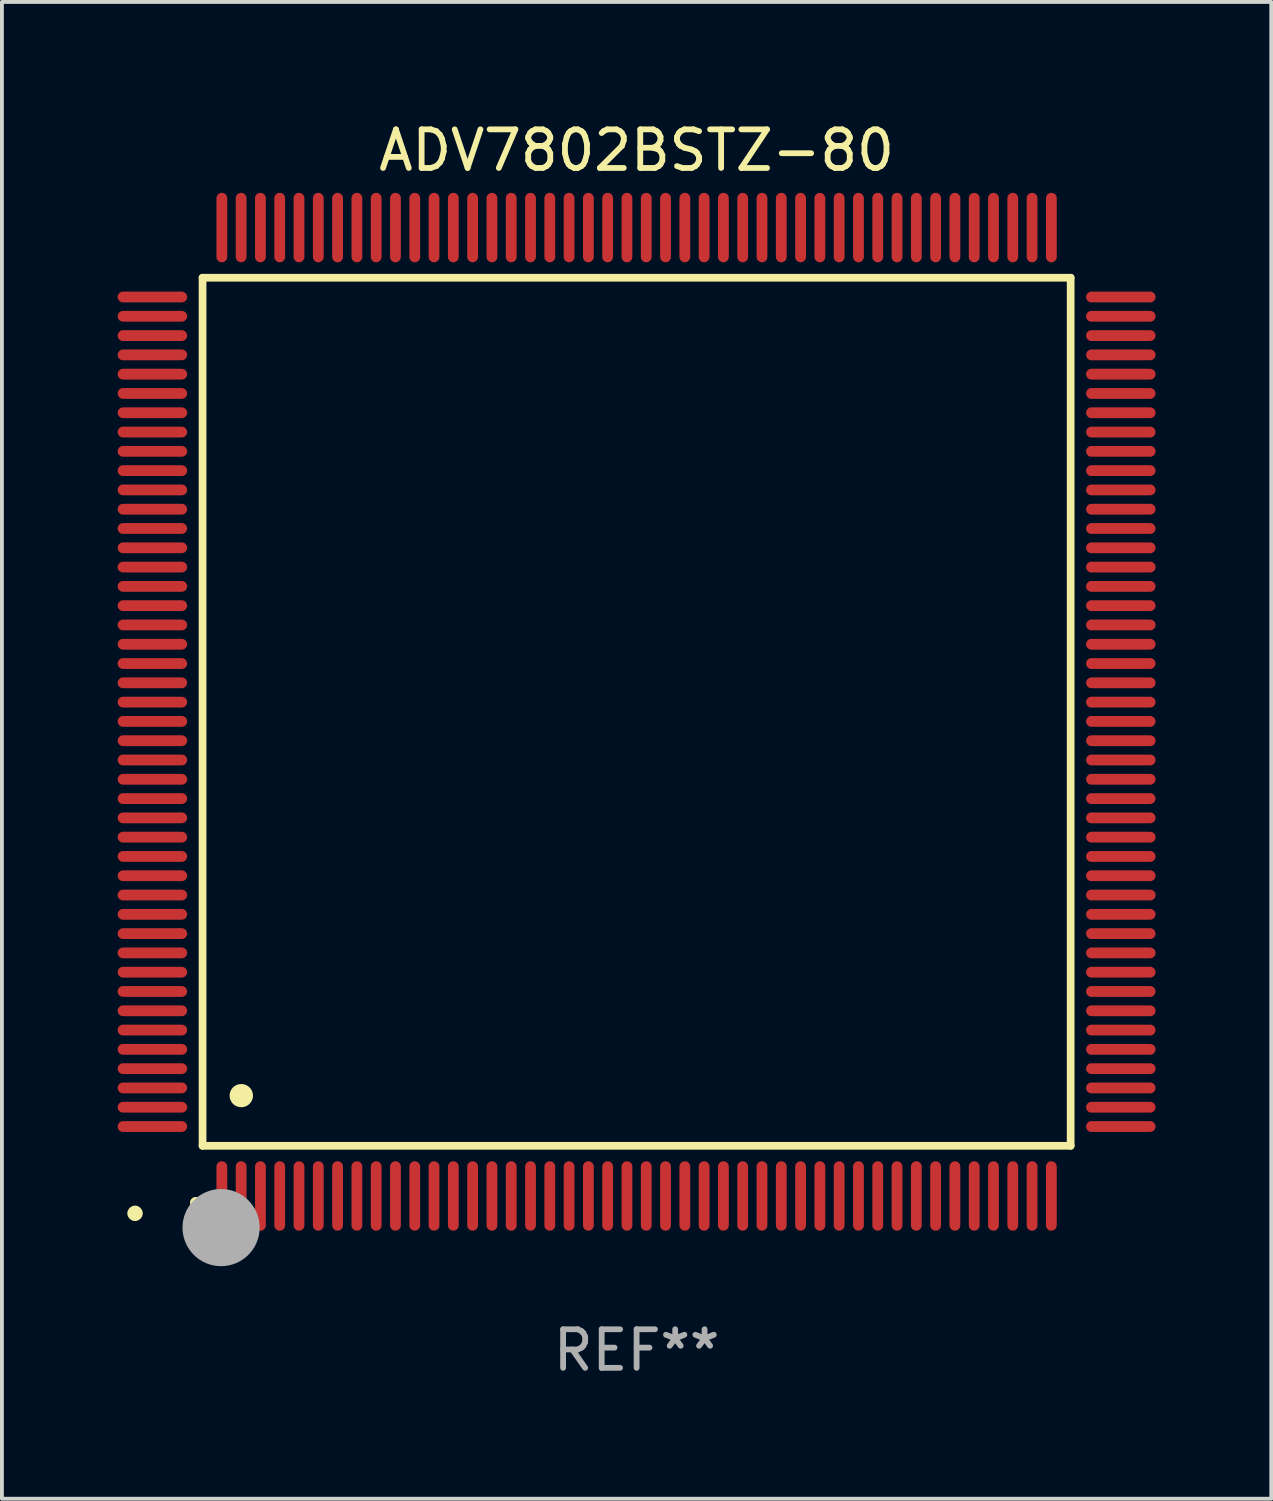
<source format=kicad_pcb>
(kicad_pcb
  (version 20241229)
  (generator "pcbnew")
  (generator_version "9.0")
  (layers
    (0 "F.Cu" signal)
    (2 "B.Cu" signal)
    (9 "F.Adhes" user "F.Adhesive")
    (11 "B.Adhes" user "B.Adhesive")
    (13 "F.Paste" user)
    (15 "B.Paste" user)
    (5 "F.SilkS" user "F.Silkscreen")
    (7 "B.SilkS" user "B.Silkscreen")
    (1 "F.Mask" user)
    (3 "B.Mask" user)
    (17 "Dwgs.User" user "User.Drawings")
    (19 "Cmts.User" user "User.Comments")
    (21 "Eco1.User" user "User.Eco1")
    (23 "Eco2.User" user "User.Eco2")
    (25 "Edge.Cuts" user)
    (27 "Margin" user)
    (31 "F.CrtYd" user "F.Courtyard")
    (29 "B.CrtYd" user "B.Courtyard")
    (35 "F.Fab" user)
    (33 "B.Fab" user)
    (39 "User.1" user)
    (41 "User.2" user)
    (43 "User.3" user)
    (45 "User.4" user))
  (footprint "ADV7802BSTZ-80"
    (layer "F.Cu")
    (at 13.45 15.398)
    (property "Reference" "ADV7802BSTZ-80" (at 0 -14.55 0) (layer "F.SilkS") (effects (font (size 1 1) (thickness 0.15))))
    (attr through_hole)
    (fp_line (start -11.25 -11.25) (end 11.25 -11.25) (stroke (width 0.2) (type solid)) (layer "F.SilkS"))
    (fp_line (start -11.25 11.25) (end -11.25 -11.25) (stroke (width 0.2) (type solid)) (layer "F.SilkS"))
    (fp_line (start 11.25 -11.25) (end 11.25 11.25) (stroke (width 0.2) (type solid)) (layer "F.SilkS"))
    (fp_line (start 11.25 11.25) (end -11.25 11.25) (stroke (width 0.2) (type solid)) (layer "F.SilkS"))
    (fp_arc (start -11.424943 12.725425) (mid -11.423673 12.72542) (end -11.422403 12.725425) (stroke (width 0.3) (type solid)) (layer "F.SilkS"))
    (fp_arc (start -10.24892 9.9492) (mid -10.24638 9.949189) (end -10.24384 9.9492) (stroke (width 0.6) (type solid)) (layer "F.SilkS"))
    (fp_circle (center -13 13) (end -12.9 13) (stroke (width 0.2) (type solid)) (fill no) (layer "F.SilkS"))
    (fp_circle (center -10.77 13.37) (end -10.27 13.37) (stroke (width 1) (type solid)) (fill no) (layer "F.Fab"))
    (fp_text user "REF**" (at 0 16.55 0) (layer "F.Fab") (effects (font (size 1 1) (thickness 0.15))))
    (pad "1" smd oval (at -10.75 12.55) (size 0.28 1.8) (layers "F.Cu" "F.Mask" "F.Paste"))
    (pad "2" smd oval (at -10.25 12.55) (size 0.28 1.8) (layers "F.Cu" "F.Mask" "F.Paste"))
    (pad "3" smd oval (at -9.75 12.55) (size 0.28 1.8) (layers "F.Cu" "F.Mask" "F.Paste"))
    (pad "4" smd oval (at -9.25 12.55) (size 0.28 1.8) (layers "F.Cu" "F.Mask" "F.Paste"))
    (pad "5" smd oval (at -8.75 12.55) (size 0.28 1.8) (layers "F.Cu" "F.Mask" "F.Paste"))
    (pad "6" smd oval (at -8.25 12.55) (size 0.28 1.8) (layers "F.Cu" "F.Mask" "F.Paste"))
    (pad "7" smd oval (at -7.75 12.55) (size 0.28 1.8) (layers "F.Cu" "F.Mask" "F.Paste"))
    (pad "8" smd oval (at -7.25 12.55) (size 0.28 1.8) (layers "F.Cu" "F.Mask" "F.Paste"))
    (pad "9" smd oval (at -6.75 12.55) (size 0.28 1.8) (layers "F.Cu" "F.Mask" "F.Paste"))
    (pad "10" smd oval (at -6.25 12.55) (size 0.28 1.8) (layers "F.Cu" "F.Mask" "F.Paste"))
    (pad "11" smd oval (at -5.75 12.55) (size 0.28 1.8) (layers "F.Cu" "F.Mask" "F.Paste"))
    (pad "12" smd oval (at -5.25 12.55) (size 0.28 1.8) (layers "F.Cu" "F.Mask" "F.Paste"))
    (pad "13" smd oval (at -4.75 12.55) (size 0.28 1.8) (layers "F.Cu" "F.Mask" "F.Paste"))
    (pad "14" smd oval (at -4.25 12.55) (size 0.28 1.8) (layers "F.Cu" "F.Mask" "F.Paste"))
    (pad "15" smd oval (at -3.75 12.55) (size 0.28 1.8) (layers "F.Cu" "F.Mask" "F.Paste"))
    (pad "16" smd oval (at -3.25 12.55) (size 0.28 1.8) (layers "F.Cu" "F.Mask" "F.Paste"))
    (pad "17" smd oval (at -2.75 12.55) (size 0.28 1.8) (layers "F.Cu" "F.Mask" "F.Paste"))
    (pad "18" smd oval (at -2.25 12.55) (size 0.28 1.8) (layers "F.Cu" "F.Mask" "F.Paste"))
    (pad "19" smd oval (at -1.75 12.55) (size 0.28 1.8) (layers "F.Cu" "F.Mask" "F.Paste"))
    (pad "20" smd oval (at -1.25 12.55) (size 0.28 1.8) (layers "F.Cu" "F.Mask" "F.Paste"))
    (pad "21" smd oval (at -0.75 12.55) (size 0.28 1.8) (layers "F.Cu" "F.Mask" "F.Paste"))
    (pad "22" smd oval (at -0.25 12.55) (size 0.28 1.8) (layers "F.Cu" "F.Mask" "F.Paste"))
    (pad "23" smd oval (at 0.25 12.55) (size 0.28 1.8) (layers "F.Cu" "F.Mask" "F.Paste"))
    (pad "24" smd oval (at 0.75 12.55) (size 0.28 1.8) (layers "F.Cu" "F.Mask" "F.Paste"))
    (pad "25" smd oval (at 1.25 12.55) (size 0.28 1.8) (layers "F.Cu" "F.Mask" "F.Paste"))
    (pad "26" smd oval (at 1.75 12.55) (size 0.28 1.8) (layers "F.Cu" "F.Mask" "F.Paste"))
    (pad "27" smd oval (at 2.25 12.55) (size 0.28 1.8) (layers "F.Cu" "F.Mask" "F.Paste"))
    (pad "28" smd oval (at 2.75 12.55) (size 0.28 1.8) (layers "F.Cu" "F.Mask" "F.Paste"))
    (pad "29" smd oval (at 3.25 12.55) (size 0.28 1.8) (layers "F.Cu" "F.Mask" "F.Paste"))
    (pad "30" smd oval (at 3.75 12.55) (size 0.28 1.8) (layers "F.Cu" "F.Mask" "F.Paste"))
    (pad "31" smd oval (at 4.25 12.55) (size 0.28 1.8) (layers "F.Cu" "F.Mask" "F.Paste"))
    (pad "32" smd oval (at 4.75 12.55) (size 0.28 1.8) (layers "F.Cu" "F.Mask" "F.Paste"))
    (pad "33" smd oval (at 5.25 12.55) (size 0.28 1.8) (layers "F.Cu" "F.Mask" "F.Paste"))
    (pad "34" smd oval (at 5.75 12.55) (size 0.28 1.8) (layers "F.Cu" "F.Mask" "F.Paste"))
    (pad "35" smd oval (at 6.25 12.55) (size 0.28 1.8) (layers "F.Cu" "F.Mask" "F.Paste"))
    (pad "36" smd oval (at 6.75 12.55) (size 0.28 1.8) (layers "F.Cu" "F.Mask" "F.Paste"))
    (pad "37" smd oval (at 7.25 12.55) (size 0.28 1.8) (layers "F.Cu" "F.Mask" "F.Paste"))
    (pad "38" smd oval (at 7.75 12.55) (size 0.28 1.8) (layers "F.Cu" "F.Mask" "F.Paste"))
    (pad "39" smd oval (at 8.25 12.55) (size 0.28 1.8) (layers "F.Cu" "F.Mask" "F.Paste"))
    (pad "40" smd oval (at 8.75 12.55) (size 0.28 1.8) (layers "F.Cu" "F.Mask" "F.Paste"))
    (pad "41" smd oval (at 9.25 12.55) (size 0.28 1.8) (layers "F.Cu" "F.Mask" "F.Paste"))
    (pad "42" smd oval (at 9.75 12.55) (size 0.28 1.8) (layers "F.Cu" "F.Mask" "F.Paste"))
    (pad "43" smd oval (at 10.25 12.55) (size 0.28 1.8) (layers "F.Cu" "F.Mask" "F.Paste"))
    (pad "44" smd oval (at 10.75 12.55) (size 0.28 1.8) (layers "F.Cu" "F.Mask" "F.Paste"))
    (pad "45" smd oval (at 12.55 10.75) (size 1.8 0.28) (layers "F.Cu" "F.Mask" "F.Paste"))
    (pad "46" smd oval (at 12.55 10.25) (size 1.8 0.28) (layers "F.Cu" "F.Mask" "F.Paste"))
    (pad "47" smd oval (at 12.55 9.75) (size 1.8 0.28) (layers "F.Cu" "F.Mask" "F.Paste"))
    (pad "48" smd oval (at 12.55 9.25) (size 1.8 0.28) (layers "F.Cu" "F.Mask" "F.Paste"))
    (pad "49" smd oval (at 12.55 8.75) (size 1.8 0.28) (layers "F.Cu" "F.Mask" "F.Paste"))
    (pad "50" smd oval (at 12.55 8.25) (size 1.8 0.28) (layers "F.Cu" "F.Mask" "F.Paste"))
    (pad "51" smd oval (at 12.55 7.75) (size 1.8 0.28) (layers "F.Cu" "F.Mask" "F.Paste"))
    (pad "52" smd oval (at 12.55 7.25) (size 1.8 0.28) (layers "F.Cu" "F.Mask" "F.Paste"))
    (pad "53" smd oval (at 12.55 6.75) (size 1.8 0.28) (layers "F.Cu" "F.Mask" "F.Paste"))
    (pad "54" smd oval (at 12.55 6.25) (size 1.8 0.28) (layers "F.Cu" "F.Mask" "F.Paste"))
    (pad "55" smd oval (at 12.55 5.75) (size 1.8 0.28) (layers "F.Cu" "F.Mask" "F.Paste"))
    (pad "56" smd oval (at 12.55 5.25) (size 1.8 0.28) (layers "F.Cu" "F.Mask" "F.Paste"))
    (pad "57" smd oval (at 12.55 4.75) (size 1.8 0.28) (layers "F.Cu" "F.Mask" "F.Paste"))
    (pad "58" smd oval (at 12.55 4.25) (size 1.8 0.28) (layers "F.Cu" "F.Mask" "F.Paste"))
    (pad "59" smd oval (at 12.55 3.75) (size 1.8 0.28) (layers "F.Cu" "F.Mask" "F.Paste"))
    (pad "60" smd oval (at 12.55 3.25) (size 1.8 0.28) (layers "F.Cu" "F.Mask" "F.Paste"))
    (pad "61" smd oval (at 12.55 2.75) (size 1.8 0.28) (layers "F.Cu" "F.Mask" "F.Paste"))
    (pad "62" smd oval (at 12.55 2.25) (size 1.8 0.28) (layers "F.Cu" "F.Mask" "F.Paste"))
    (pad "63" smd oval (at 12.55 1.75) (size 1.8 0.28) (layers "F.Cu" "F.Mask" "F.Paste"))
    (pad "64" smd oval (at 12.55 1.25) (size 1.8 0.28) (layers "F.Cu" "F.Mask" "F.Paste"))
    (pad "65" smd oval (at 12.55 0.75) (size 1.8 0.28) (layers "F.Cu" "F.Mask" "F.Paste"))
    (pad "66" smd oval (at 12.55 0.25) (size 1.8 0.28) (layers "F.Cu" "F.Mask" "F.Paste"))
    (pad "67" smd oval (at 12.55 -0.25) (size 1.8 0.28) (layers "F.Cu" "F.Mask" "F.Paste"))
    (pad "68" smd oval (at 12.55 -0.75) (size 1.8 0.28) (layers "F.Cu" "F.Mask" "F.Paste"))
    (pad "69" smd oval (at 12.55 -1.25) (size 1.8 0.28) (layers "F.Cu" "F.Mask" "F.Paste"))
    (pad "70" smd oval (at 12.55 -1.75) (size 1.8 0.28) (layers "F.Cu" "F.Mask" "F.Paste"))
    (pad "71" smd oval (at 12.55 -2.25) (size 1.8 0.28) (layers "F.Cu" "F.Mask" "F.Paste"))
    (pad "72" smd oval (at 12.55 -2.75) (size 1.8 0.28) (layers "F.Cu" "F.Mask" "F.Paste"))
    (pad "73" smd oval (at 12.55 -3.25) (size 1.8 0.28) (layers "F.Cu" "F.Mask" "F.Paste"))
    (pad "74" smd oval (at 12.55 -3.75) (size 1.8 0.28) (layers "F.Cu" "F.Mask" "F.Paste"))
    (pad "75" smd oval (at 12.55 -4.25) (size 1.8 0.28) (layers "F.Cu" "F.Mask" "F.Paste"))
    (pad "76" smd oval (at 12.55 -4.75) (size 1.8 0.28) (layers "F.Cu" "F.Mask" "F.Paste"))
    (pad "77" smd oval (at 12.55 -5.25) (size 1.8 0.28) (layers "F.Cu" "F.Mask" "F.Paste"))
    (pad "78" smd oval (at 12.55 -5.75) (size 1.8 0.28) (layers "F.Cu" "F.Mask" "F.Paste"))
    (pad "79" smd oval (at 12.55 -6.25) (size 1.8 0.28) (layers "F.Cu" "F.Mask" "F.Paste"))
    (pad "80" smd oval (at 12.55 -6.75) (size 1.8 0.28) (layers "F.Cu" "F.Mask" "F.Paste"))
    (pad "81" smd oval (at 12.55 -7.25) (size 1.8 0.28) (layers "F.Cu" "F.Mask" "F.Paste"))
    (pad "82" smd oval (at 12.55 -7.75) (size 1.8 0.28) (layers "F.Cu" "F.Mask" "F.Paste"))
    (pad "83" smd oval (at 12.55 -8.25) (size 1.8 0.28) (layers "F.Cu" "F.Mask" "F.Paste"))
    (pad "84" smd oval (at 12.55 -8.75) (size 1.8 0.28) (layers "F.Cu" "F.Mask" "F.Paste"))
    (pad "85" smd oval (at 12.55 -9.25) (size 1.8 0.28) (layers "F.Cu" "F.Mask" "F.Paste"))
    (pad "86" smd oval (at 12.55 -9.75) (size 1.8 0.28) (layers "F.Cu" "F.Mask" "F.Paste"))
    (pad "87" smd oval (at 12.55 -10.25) (size 1.8 0.28) (layers "F.Cu" "F.Mask" "F.Paste"))
    (pad "88" smd oval (at 12.55 -10.75) (size 1.8 0.28) (layers "F.Cu" "F.Mask" "F.Paste"))
    (pad "89" smd oval (at 10.75 -12.55) (size 0.28 1.8) (layers "F.Cu" "F.Mask" "F.Paste"))
    (pad "90" smd oval (at 10.25 -12.55) (size 0.28 1.8) (layers "F.Cu" "F.Mask" "F.Paste"))
    (pad "91" smd oval (at 9.75 -12.55) (size 0.28 1.8) (layers "F.Cu" "F.Mask" "F.Paste"))
    (pad "92" smd oval (at 9.25 -12.55) (size 0.28 1.8) (layers "F.Cu" "F.Mask" "F.Paste"))
    (pad "93" smd oval (at 8.75 -12.55) (size 0.28 1.8) (layers "F.Cu" "F.Mask" "F.Paste"))
    (pad "94" smd oval (at 8.25 -12.55) (size 0.28 1.8) (layers "F.Cu" "F.Mask" "F.Paste"))
    (pad "95" smd oval (at 7.75 -12.55) (size 0.28 1.8) (layers "F.Cu" "F.Mask" "F.Paste"))
    (pad "96" smd oval (at 7.25 -12.55) (size 0.28 1.8) (layers "F.Cu" "F.Mask" "F.Paste"))
    (pad "97" smd oval (at 6.75 -12.55) (size 0.28 1.8) (layers "F.Cu" "F.Mask" "F.Paste"))
    (pad "98" smd oval (at 6.25 -12.55) (size 0.28 1.8) (layers "F.Cu" "F.Mask" "F.Paste"))
    (pad "99" smd oval (at 5.75 -12.55) (size 0.28 1.8) (layers "F.Cu" "F.Mask" "F.Paste"))
    (pad "100" smd oval (at 5.25 -12.55) (size 0.28 1.8) (layers "F.Cu" "F.Mask" "F.Paste"))
    (pad "101" smd oval (at 4.75 -12.55) (size 0.28 1.8) (layers "F.Cu" "F.Mask" "F.Paste"))
    (pad "102" smd oval (at 4.25 -12.55) (size 0.28 1.8) (layers "F.Cu" "F.Mask" "F.Paste"))
    (pad "103" smd oval (at 3.75 -12.55) (size 0.28 1.8) (layers "F.Cu" "F.Mask" "F.Paste"))
    (pad "104" smd oval (at 3.25 -12.55) (size 0.28 1.8) (layers "F.Cu" "F.Mask" "F.Paste"))
    (pad "105" smd oval (at 2.75 -12.55) (size 0.28 1.8) (layers "F.Cu" "F.Mask" "F.Paste"))
    (pad "106" smd oval (at 2.25 -12.55) (size 0.28 1.8) (layers "F.Cu" "F.Mask" "F.Paste"))
    (pad "107" smd oval (at 1.75 -12.55) (size 0.28 1.8) (layers "F.Cu" "F.Mask" "F.Paste"))
    (pad "108" smd oval (at 1.25 -12.55) (size 0.28 1.8) (layers "F.Cu" "F.Mask" "F.Paste"))
    (pad "109" smd oval (at 0.75 -12.55) (size 0.28 1.8) (layers "F.Cu" "F.Mask" "F.Paste"))
    (pad "110" smd oval (at 0.25 -12.55) (size 0.28 1.8) (layers "F.Cu" "F.Mask" "F.Paste"))
    (pad "111" smd oval (at -0.25 -12.55) (size 0.28 1.8) (layers "F.Cu" "F.Mask" "F.Paste"))
    (pad "112" smd oval (at -0.75 -12.55) (size 0.28 1.8) (layers "F.Cu" "F.Mask" "F.Paste"))
    (pad "113" smd oval (at -1.25 -12.55) (size 0.28 1.8) (layers "F.Cu" "F.Mask" "F.Paste"))
    (pad "114" smd oval (at -1.75 -12.55) (size 0.28 1.8) (layers "F.Cu" "F.Mask" "F.Paste"))
    (pad "115" smd oval (at -2.25 -12.55) (size 0.28 1.8) (layers "F.Cu" "F.Mask" "F.Paste"))
    (pad "116" smd oval (at -2.75 -12.55) (size 0.28 1.8) (layers "F.Cu" "F.Mask" "F.Paste"))
    (pad "117" smd oval (at -3.25 -12.55) (size 0.28 1.8) (layers "F.Cu" "F.Mask" "F.Paste"))
    (pad "118" smd oval (at -3.75 -12.55) (size 0.28 1.8) (layers "F.Cu" "F.Mask" "F.Paste"))
    (pad "119" smd oval (at -4.25 -12.55) (size 0.28 1.8) (layers "F.Cu" "F.Mask" "F.Paste"))
    (pad "120" smd oval (at -4.75 -12.55) (size 0.28 1.8) (layers "F.Cu" "F.Mask" "F.Paste"))
    (pad "121" smd oval (at -5.25 -12.55) (size 0.28 1.8) (layers "F.Cu" "F.Mask" "F.Paste"))
    (pad "122" smd oval (at -5.75 -12.55) (size 0.28 1.8) (layers "F.Cu" "F.Mask" "F.Paste"))
    (pad "123" smd oval (at -6.25 -12.55) (size 0.28 1.8) (layers "F.Cu" "F.Mask" "F.Paste"))
    (pad "124" smd oval (at -6.75 -12.55) (size 0.28 1.8) (layers "F.Cu" "F.Mask" "F.Paste"))
    (pad "125" smd oval (at -7.25 -12.55) (size 0.28 1.8) (layers "F.Cu" "F.Mask" "F.Paste"))
    (pad "126" smd oval (at -7.75 -12.55) (size 0.28 1.8) (layers "F.Cu" "F.Mask" "F.Paste"))
    (pad "127" smd oval (at -8.25 -12.55) (size 0.28 1.8) (layers "F.Cu" "F.Mask" "F.Paste"))
    (pad "128" smd oval (at -8.75 -12.55) (size 0.28 1.8) (layers "F.Cu" "F.Mask" "F.Paste"))
    (pad "129" smd oval (at -9.25 -12.55) (size 0.28 1.8) (layers "F.Cu" "F.Mask" "F.Paste"))
    (pad "130" smd oval (at -9.75 -12.55) (size 0.28 1.8) (layers "F.Cu" "F.Mask" "F.Paste"))
    (pad "131" smd oval (at -10.25 -12.55) (size 0.28 1.8) (layers "F.Cu" "F.Mask" "F.Paste"))
    (pad "132" smd oval (at -10.75 -12.55) (size 0.28 1.8) (layers "F.Cu" "F.Mask" "F.Paste"))
    (pad "133" smd oval (at -12.55 -10.75) (size 1.8 0.28) (layers "F.Cu" "F.Mask" "F.Paste"))
    (pad "134" smd oval (at -12.55 -10.25) (size 1.8 0.28) (layers "F.Cu" "F.Mask" "F.Paste"))
    (pad "135" smd oval (at -12.55 -9.75) (size 1.8 0.28) (layers "F.Cu" "F.Mask" "F.Paste"))
    (pad "136" smd oval (at -12.55 -9.25) (size 1.8 0.28) (layers "F.Cu" "F.Mask" "F.Paste"))
    (pad "137" smd oval (at -12.55 -8.75) (size 1.8 0.28) (layers "F.Cu" "F.Mask" "F.Paste"))
    (pad "138" smd oval (at -12.55 -8.25) (size 1.8 0.28) (layers "F.Cu" "F.Mask" "F.Paste"))
    (pad "139" smd oval (at -12.55 -7.75) (size 1.8 0.28) (layers "F.Cu" "F.Mask" "F.Paste"))
    (pad "140" smd oval (at -12.55 -7.25) (size 1.8 0.28) (layers "F.Cu" "F.Mask" "F.Paste"))
    (pad "141" smd oval (at -12.55 -6.75) (size 1.8 0.28) (layers "F.Cu" "F.Mask" "F.Paste"))
    (pad "142" smd oval (at -12.55 -6.25) (size 1.8 0.28) (layers "F.Cu" "F.Mask" "F.Paste"))
    (pad "143" smd oval (at -12.55 -5.75) (size 1.8 0.28) (layers "F.Cu" "F.Mask" "F.Paste"))
    (pad "144" smd oval (at -12.55 -5.25) (size 1.8 0.28) (layers "F.Cu" "F.Mask" "F.Paste"))
    (pad "145" smd oval (at -12.55 -4.75) (size 1.8 0.28) (layers "F.Cu" "F.Mask" "F.Paste"))
    (pad "146" smd oval (at -12.55 -4.25) (size 1.8 0.28) (layers "F.Cu" "F.Mask" "F.Paste"))
    (pad "147" smd oval (at -12.55 -3.75) (size 1.8 0.28) (layers "F.Cu" "F.Mask" "F.Paste"))
    (pad "148" smd oval (at -12.55 -3.25) (size 1.8 0.28) (layers "F.Cu" "F.Mask" "F.Paste"))
    (pad "149" smd oval (at -12.55 -2.75) (size 1.8 0.28) (layers "F.Cu" "F.Mask" "F.Paste"))
    (pad "150" smd oval (at -12.55 -2.25) (size 1.8 0.28) (layers "F.Cu" "F.Mask" "F.Paste"))
    (pad "151" smd oval (at -12.55 -1.75) (size 1.8 0.28) (layers "F.Cu" "F.Mask" "F.Paste"))
    (pad "152" smd oval (at -12.55 -1.25) (size 1.8 0.28) (layers "F.Cu" "F.Mask" "F.Paste"))
    (pad "153" smd oval (at -12.55 -0.75) (size 1.8 0.28) (layers "F.Cu" "F.Mask" "F.Paste"))
    (pad "154" smd oval (at -12.55 -0.25) (size 1.8 0.28) (layers "F.Cu" "F.Mask" "F.Paste"))
    (pad "155" smd oval (at -12.55 0.25) (size 1.8 0.28) (layers "F.Cu" "F.Mask" "F.Paste"))
    (pad "156" smd oval (at -12.55 0.75) (size 1.8 0.28) (layers "F.Cu" "F.Mask" "F.Paste"))
    (pad "157" smd oval (at -12.55 1.25) (size 1.8 0.28) (layers "F.Cu" "F.Mask" "F.Paste"))
    (pad "158" smd oval (at -12.55 1.75) (size 1.8 0.28) (layers "F.Cu" "F.Mask" "F.Paste"))
    (pad "159" smd oval (at -12.55 2.25) (size 1.8 0.28) (layers "F.Cu" "F.Mask" "F.Paste"))
    (pad "160" smd oval (at -12.55 2.75) (size 1.8 0.28) (layers "F.Cu" "F.Mask" "F.Paste"))
    (pad "161" smd oval (at -12.55 3.25) (size 1.8 0.28) (layers "F.Cu" "F.Mask" "F.Paste"))
    (pad "162" smd oval (at -12.55 3.75) (size 1.8 0.28) (layers "F.Cu" "F.Mask" "F.Paste"))
    (pad "163" smd oval (at -12.55 4.25) (size 1.8 0.28) (layers "F.Cu" "F.Mask" "F.Paste"))
    (pad "164" smd oval (at -12.55 4.75) (size 1.8 0.28) (layers "F.Cu" "F.Mask" "F.Paste"))
    (pad "165" smd oval (at -12.55 5.25) (size 1.8 0.28) (layers "F.Cu" "F.Mask" "F.Paste"))
    (pad "166" smd oval (at -12.55 5.75) (size 1.8 0.28) (layers "F.Cu" "F.Mask" "F.Paste"))
    (pad "167" smd oval (at -12.55 6.25) (size 1.8 0.28) (layers "F.Cu" "F.Mask" "F.Paste"))
    (pad "168" smd oval (at -12.55 6.75) (size 1.8 0.28) (layers "F.Cu" "F.Mask" "F.Paste"))
    (pad "169" smd oval (at -12.55 7.25) (size 1.8 0.28) (layers "F.Cu" "F.Mask" "F.Paste"))
    (pad "170" smd oval (at -12.55 7.75) (size 1.8 0.28) (layers "F.Cu" "F.Mask" "F.Paste"))
    (pad "171" smd oval (at -12.55 8.25) (size 1.8 0.28) (layers "F.Cu" "F.Mask" "F.Paste"))
    (pad "172" smd oval (at -12.55 8.75) (size 1.8 0.28) (layers "F.Cu" "F.Mask" "F.Paste"))
    (pad "173" smd oval (at -12.55 9.25) (size 1.8 0.28) (layers "F.Cu" "F.Mask" "F.Paste"))
    (pad "174" smd oval (at -12.55 9.75) (size 1.8 0.28) (layers "F.Cu" "F.Mask" "F.Paste"))
    (pad "175" smd oval (at -12.55 10.25) (size 1.8 0.28) (layers "F.Cu" "F.Mask" "F.Paste"))
    (pad "176" smd oval (at -12.55 10.75) (size 1.8 0.28) (layers "F.Cu" "F.Mask" "F.Paste")))
  (gr_rect
    (start -3 -3)
    (end 29.9 35.796)
    (stroke (width 0.1) (type default))
    (fill no)
    (layer "Edge.Cuts")))
</source>
